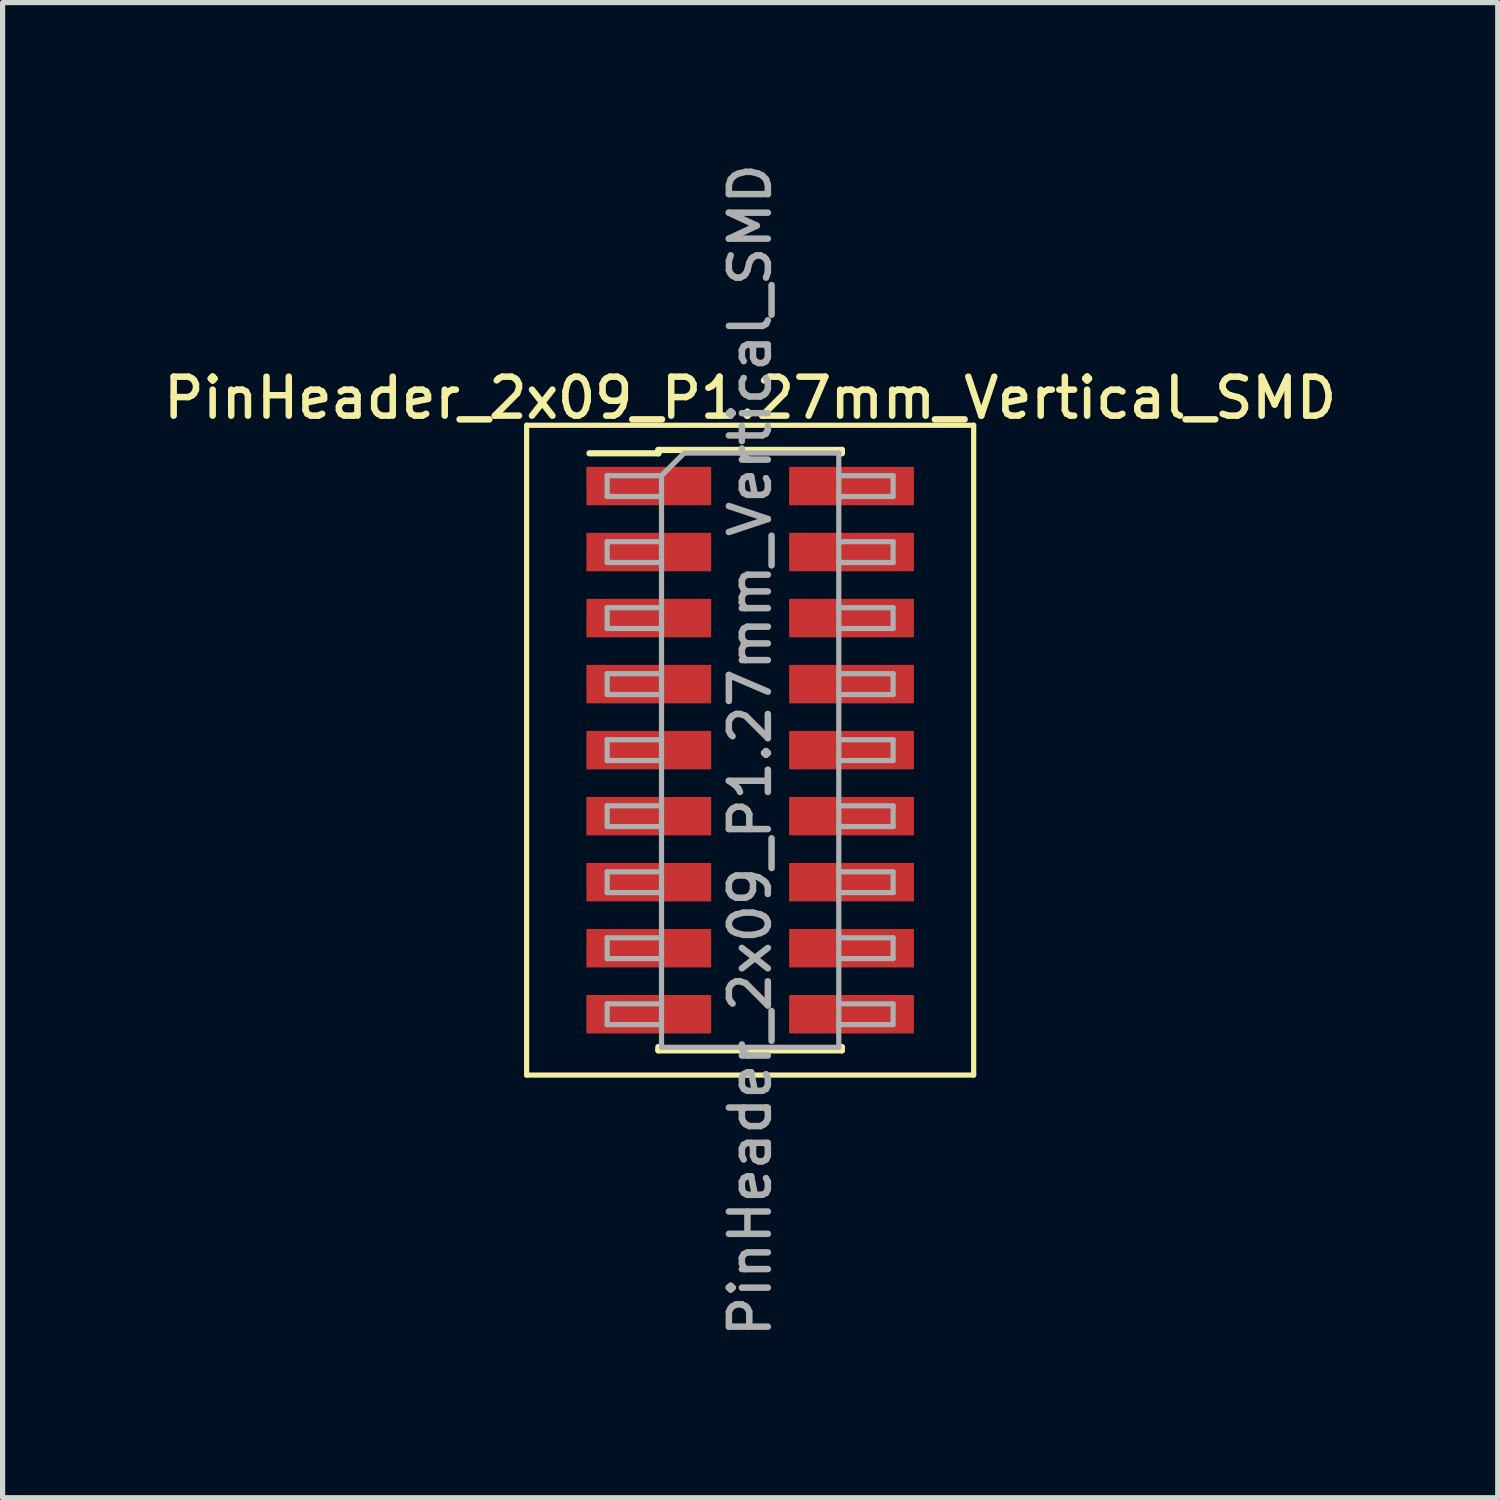
<source format=kicad_pcb>
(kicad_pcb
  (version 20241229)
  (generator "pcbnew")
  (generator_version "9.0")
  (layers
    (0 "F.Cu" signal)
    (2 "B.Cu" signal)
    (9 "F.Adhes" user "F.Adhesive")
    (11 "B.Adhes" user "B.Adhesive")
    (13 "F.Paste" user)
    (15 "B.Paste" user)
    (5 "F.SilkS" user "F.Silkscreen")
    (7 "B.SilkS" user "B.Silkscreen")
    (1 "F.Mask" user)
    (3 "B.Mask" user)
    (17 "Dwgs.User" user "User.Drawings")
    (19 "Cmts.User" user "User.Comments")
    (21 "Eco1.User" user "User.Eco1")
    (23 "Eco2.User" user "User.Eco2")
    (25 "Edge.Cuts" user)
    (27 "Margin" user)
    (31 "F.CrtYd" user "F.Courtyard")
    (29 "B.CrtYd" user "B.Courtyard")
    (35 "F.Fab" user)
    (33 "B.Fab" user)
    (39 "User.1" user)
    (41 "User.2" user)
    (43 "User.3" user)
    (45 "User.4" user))
  (footprint "PinHeader_2x09_P1.27mm_Vertical_SMD"
    (layer "F.Cu")
    (at 11.38 11.38)
    (property "Reference" "PinHeader_2x09_P1.27mm_Vertical_SMD" (at 0 -6.775 0) (layer "F.SilkS") (effects (font (size 0.75 0.75) (thickness 0.125))))
    (attr smd)
    (fp_line (start -4.3 -6.25) (end -4.3 6.25) (stroke (width 0.1) (type solid)) (layer "F.SilkS"))
    (fp_line (start -4.3 6.25) (end 4.3 6.25) (stroke (width 0.1) (type solid)) (layer "F.SilkS"))
    (fp_line (start -3.09 -5.71) (end -1.765 -5.71) (stroke (width 0.12) (type solid)) (layer "F.SilkS"))
    (fp_line (start -1.765 -5.775) (end -1.765 -5.71) (stroke (width 0.12) (type solid)) (layer "F.SilkS"))
    (fp_line (start -1.765 -5.775) (end 1.765 -5.775) (stroke (width 0.12) (type solid)) (layer "F.SilkS"))
    (fp_line (start -1.765 5.71) (end -1.765 5.775) (stroke (width 0.12) (type solid)) (layer "F.SilkS"))
    (fp_line (start -1.765 5.775) (end 1.765 5.775) (stroke (width 0.12) (type solid)) (layer "F.SilkS"))
    (fp_line (start 1.765 -5.775) (end 1.765 -5.71) (stroke (width 0.12) (type solid)) (layer "F.SilkS"))
    (fp_line (start 1.765 5.71) (end 1.765 5.775) (stroke (width 0.12) (type solid)) (layer "F.SilkS"))
    (fp_line (start 4.3 -6.25) (end -4.3 -6.25) (stroke (width 0.1) (type solid)) (layer "F.SilkS"))
    (fp_line (start 4.3 6.25) (end 4.3 -6.25) (stroke (width 0.1) (type solid)) (layer "F.SilkS"))
    (fp_line (start -2.75 -5.28) (end -2.75 -4.88) (stroke (width 0.1) (type solid)) (layer "F.Fab"))
    (fp_line (start -2.75 -4.88) (end -1.705 -4.88) (stroke (width 0.1) (type solid)) (layer "F.Fab"))
    (fp_line (start -2.75 -4.01) (end -2.75 -3.61) (stroke (width 0.1) (type solid)) (layer "F.Fab"))
    (fp_line (start -2.75 -3.61) (end -1.705 -3.61) (stroke (width 0.1) (type solid)) (layer "F.Fab"))
    (fp_line (start -2.75 -2.74) (end -2.75 -2.34) (stroke (width 0.1) (type solid)) (layer "F.Fab"))
    (fp_line (start -2.75 -2.34) (end -1.705 -2.34) (stroke (width 0.1) (type solid)) (layer "F.Fab"))
    (fp_line (start -2.75 -1.47) (end -2.75 -1.07) (stroke (width 0.1) (type solid)) (layer "F.Fab"))
    (fp_line (start -2.75 -1.07) (end -1.705 -1.07) (stroke (width 0.1) (type solid)) (layer "F.Fab"))
    (fp_line (start -2.75 -0.2) (end -2.75 0.2) (stroke (width 0.1) (type solid)) (layer "F.Fab"))
    (fp_line (start -2.75 0.2) (end -1.705 0.2) (stroke (width 0.1) (type solid)) (layer "F.Fab"))
    (fp_line (start -2.75 1.07) (end -2.75 1.47) (stroke (width 0.1) (type solid)) (layer "F.Fab"))
    (fp_line (start -2.75 1.47) (end -1.705 1.47) (stroke (width 0.1) (type solid)) (layer "F.Fab"))
    (fp_line (start -2.75 2.34) (end -2.75 2.74) (stroke (width 0.1) (type solid)) (layer "F.Fab"))
    (fp_line (start -2.75 2.74) (end -1.705 2.74) (stroke (width 0.1) (type solid)) (layer "F.Fab"))
    (fp_line (start -2.75 3.61) (end -2.75 4.01) (stroke (width 0.1) (type solid)) (layer "F.Fab"))
    (fp_line (start -2.75 4.01) (end -1.705 4.01) (stroke (width 0.1) (type solid)) (layer "F.Fab"))
    (fp_line (start -2.75 4.88) (end -2.75 5.28) (stroke (width 0.1) (type solid)) (layer "F.Fab"))
    (fp_line (start -2.75 5.28) (end -1.705 5.28) (stroke (width 0.1) (type solid)) (layer "F.Fab"))
    (fp_line (start -1.705 -5.28) (end -2.75 -5.28) (stroke (width 0.1) (type solid)) (layer "F.Fab"))
    (fp_line (start -1.705 -5.28) (end -1.27 -5.715) (stroke (width 0.1) (type solid)) (layer "F.Fab"))
    (fp_line (start -1.705 -4.01) (end -2.75 -4.01) (stroke (width 0.1) (type solid)) (layer "F.Fab"))
    (fp_line (start -1.705 -2.74) (end -2.75 -2.74) (stroke (width 0.1) (type solid)) (layer "F.Fab"))
    (fp_line (start -1.705 -1.47) (end -2.75 -1.47) (stroke (width 0.1) (type solid)) (layer "F.Fab"))
    (fp_line (start -1.705 -0.2) (end -2.75 -0.2) (stroke (width 0.1) (type solid)) (layer "F.Fab"))
    (fp_line (start -1.705 1.07) (end -2.75 1.07) (stroke (width 0.1) (type solid)) (layer "F.Fab"))
    (fp_line (start -1.705 2.34) (end -2.75 2.34) (stroke (width 0.1) (type solid)) (layer "F.Fab"))
    (fp_line (start -1.705 3.61) (end -2.75 3.61) (stroke (width 0.1) (type solid)) (layer "F.Fab"))
    (fp_line (start -1.705 4.88) (end -2.75 4.88) (stroke (width 0.1) (type solid)) (layer "F.Fab"))
    (fp_line (start -1.705 5.715) (end -1.705 -5.28) (stroke (width 0.1) (type solid)) (layer "F.Fab"))
    (fp_line (start -1.27 -5.715) (end 1.705 -5.715) (stroke (width 0.1) (type solid)) (layer "F.Fab"))
    (fp_line (start 1.705 -5.715) (end 1.705 5.715) (stroke (width 0.1) (type solid)) (layer "F.Fab"))
    (fp_line (start 1.705 -5.28) (end 2.75 -5.28) (stroke (width 0.1) (type solid)) (layer "F.Fab"))
    (fp_line (start 1.705 -4.01) (end 2.75 -4.01) (stroke (width 0.1) (type solid)) (layer "F.Fab"))
    (fp_line (start 1.705 -2.74) (end 2.75 -2.74) (stroke (width 0.1) (type solid)) (layer "F.Fab"))
    (fp_line (start 1.705 -1.47) (end 2.75 -1.47) (stroke (width 0.1) (type solid)) (layer "F.Fab"))
    (fp_line (start 1.705 -0.2) (end 2.75 -0.2) (stroke (width 0.1) (type solid)) (layer "F.Fab"))
    (fp_line (start 1.705 1.07) (end 2.75 1.07) (stroke (width 0.1) (type solid)) (layer "F.Fab"))
    (fp_line (start 1.705 2.34) (end 2.75 2.34) (stroke (width 0.1) (type solid)) (layer "F.Fab"))
    (fp_line (start 1.705 3.61) (end 2.75 3.61) (stroke (width 0.1) (type solid)) (layer "F.Fab"))
    (fp_line (start 1.705 4.88) (end 2.75 4.88) (stroke (width 0.1) (type solid)) (layer "F.Fab"))
    (fp_line (start 1.705 5.715) (end -1.705 5.715) (stroke (width 0.1) (type solid)) (layer "F.Fab"))
    (fp_line (start 2.75 -5.28) (end 2.75 -4.88) (stroke (width 0.1) (type solid)) (layer "F.Fab"))
    (fp_line (start 2.75 -4.88) (end 1.705 -4.88) (stroke (width 0.1) (type solid)) (layer "F.Fab"))
    (fp_line (start 2.75 -4.01) (end 2.75 -3.61) (stroke (width 0.1) (type solid)) (layer "F.Fab"))
    (fp_line (start 2.75 -3.61) (end 1.705 -3.61) (stroke (width 0.1) (type solid)) (layer "F.Fab"))
    (fp_line (start 2.75 -2.74) (end 2.75 -2.34) (stroke (width 0.1) (type solid)) (layer "F.Fab"))
    (fp_line (start 2.75 -2.34) (end 1.705 -2.34) (stroke (width 0.1) (type solid)) (layer "F.Fab"))
    (fp_line (start 2.75 -1.47) (end 2.75 -1.07) (stroke (width 0.1) (type solid)) (layer "F.Fab"))
    (fp_line (start 2.75 -1.07) (end 1.705 -1.07) (stroke (width 0.1) (type solid)) (layer "F.Fab"))
    (fp_line (start 2.75 -0.2) (end 2.75 0.2) (stroke (width 0.1) (type solid)) (layer "F.Fab"))
    (fp_line (start 2.75 0.2) (end 1.705 0.2) (stroke (width 0.1) (type solid)) (layer "F.Fab"))
    (fp_line (start 2.75 1.07) (end 2.75 1.47) (stroke (width 0.1) (type solid)) (layer "F.Fab"))
    (fp_line (start 2.75 1.47) (end 1.705 1.47) (stroke (width 0.1) (type solid)) (layer "F.Fab"))
    (fp_line (start 2.75 2.34) (end 2.75 2.74) (stroke (width 0.1) (type solid)) (layer "F.Fab"))
    (fp_line (start 2.75 2.74) (end 1.705 2.74) (stroke (width 0.1) (type solid)) (layer "F.Fab"))
    (fp_line (start 2.75 3.61) (end 2.75 4.01) (stroke (width 0.1) (type solid)) (layer "F.Fab"))
    (fp_line (start 2.75 4.01) (end 1.705 4.01) (stroke (width 0.1) (type solid)) (layer "F.Fab"))
    (fp_line (start 2.75 4.88) (end 2.75 5.28) (stroke (width 0.1) (type solid)) (layer "F.Fab"))
    (fp_line (start 2.75 5.28) (end 1.705 5.28) (stroke (width 0.1) (type solid)) (layer "F.Fab"))
    (fp_text user "${REFERENCE}" (at 0 0 90) (layer "F.Fab") (effects (font (size 0.75 0.75) (thickness 0.125))))
    (pad "1" smd rect (at -1.95 -5.08) (size 2.4 0.74) (layers "F.Cu" "F.Mask" "F.Paste"))
    (pad "2" smd rect (at 1.95 -5.08) (size 2.4 0.74) (layers "F.Cu" "F.Mask" "F.Paste"))
    (pad "3" smd rect (at -1.95 -3.81) (size 2.4 0.74) (layers "F.Cu" "F.Mask" "F.Paste"))
    (pad "4" smd rect (at 1.95 -3.81) (size 2.4 0.74) (layers "F.Cu" "F.Mask" "F.Paste"))
    (pad "5" smd rect (at -1.95 -2.54) (size 2.4 0.74) (layers "F.Cu" "F.Mask" "F.Paste"))
    (pad "6" smd rect (at 1.95 -2.54) (size 2.4 0.74) (layers "F.Cu" "F.Mask" "F.Paste"))
    (pad "7" smd rect (at -1.95 -1.27) (size 2.4 0.74) (layers "F.Cu" "F.Mask" "F.Paste"))
    (pad "8" smd rect (at 1.95 -1.27) (size 2.4 0.74) (layers "F.Cu" "F.Mask" "F.Paste"))
    (pad "9" smd rect (at -1.95 0) (size 2.4 0.74) (layers "F.Cu" "F.Mask" "F.Paste"))
    (pad "10" smd rect (at 1.95 0) (size 2.4 0.74) (layers "F.Cu" "F.Mask" "F.Paste"))
    (pad "11" smd rect (at -1.95 1.27) (size 2.4 0.74) (layers "F.Cu" "F.Mask" "F.Paste"))
    (pad "12" smd rect (at 1.95 1.27) (size 2.4 0.74) (layers "F.Cu" "F.Mask" "F.Paste"))
    (pad "13" smd rect (at -1.95 2.54) (size 2.4 0.74) (layers "F.Cu" "F.Mask" "F.Paste"))
    (pad "14" smd rect (at 1.95 2.54) (size 2.4 0.74) (layers "F.Cu" "F.Mask" "F.Paste"))
    (pad "15" smd rect (at -1.95 3.81) (size 2.4 0.74) (layers "F.Cu" "F.Mask" "F.Paste"))
    (pad "16" smd rect (at 1.95 3.81) (size 2.4 0.74) (layers "F.Cu" "F.Mask" "F.Paste"))
    (pad "17" smd rect (at -1.95 5.08) (size 2.4 0.74) (layers "F.Cu" "F.Mask" "F.Paste"))
    (pad "18" smd rect (at 1.95 5.08) (size 2.4 0.74) (layers "F.Cu" "F.Mask" "F.Paste")))
  (gr_rect
    (start -3 -3)
    (end 25.761 25.761)
    (stroke (width 0.1) (type default))
    (fill no)
    (layer "Edge.Cuts")))
</source>
